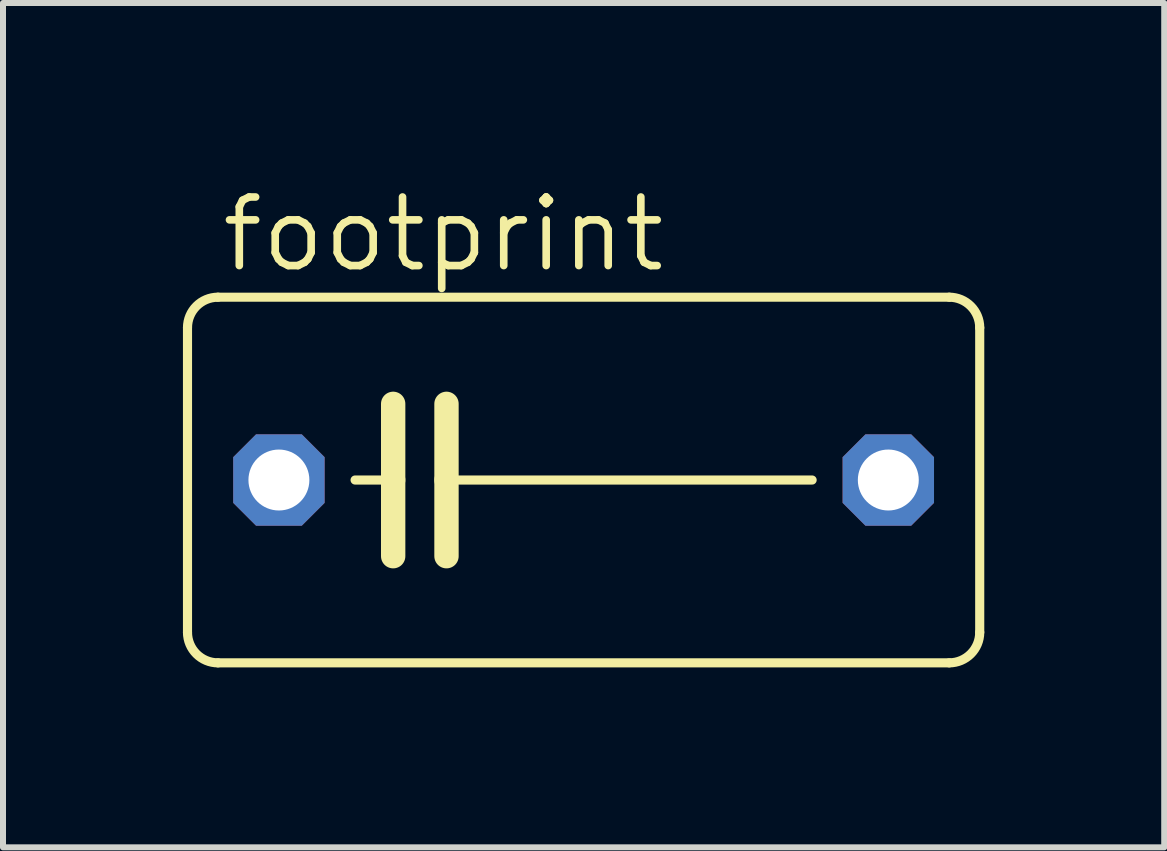
<source format=kicad_pcb>
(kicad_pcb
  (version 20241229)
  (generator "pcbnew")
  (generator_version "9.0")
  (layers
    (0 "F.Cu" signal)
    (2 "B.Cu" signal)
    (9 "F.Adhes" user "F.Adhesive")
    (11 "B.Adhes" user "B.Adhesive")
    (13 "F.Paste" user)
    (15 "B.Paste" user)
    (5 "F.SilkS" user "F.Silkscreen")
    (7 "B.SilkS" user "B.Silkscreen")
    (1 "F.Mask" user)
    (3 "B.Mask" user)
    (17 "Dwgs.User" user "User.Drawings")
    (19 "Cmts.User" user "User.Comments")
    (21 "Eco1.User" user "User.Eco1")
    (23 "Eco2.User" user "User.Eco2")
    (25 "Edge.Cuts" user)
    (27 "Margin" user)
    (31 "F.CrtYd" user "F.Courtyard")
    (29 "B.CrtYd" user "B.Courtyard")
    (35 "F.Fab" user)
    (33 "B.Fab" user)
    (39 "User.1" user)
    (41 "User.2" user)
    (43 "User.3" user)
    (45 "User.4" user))
  (footprint "footprint"
    (layer "F.Cu")
    (at 6.68 4.953)
    (property "Reference" "footprint" (at -6.096 -3.429 0) (layer "F.SilkS") (effects (font (size 1.143 1.143) (thickness 0.127)) (justify left bottom)))
    (fp_line (start -6.604 2.54) (end -6.604 -2.54) (stroke (width 0.152) (type solid)) (layer "F.SilkS"))
    (fp_line (start -6.096 -3.048) (end 6.096 -3.048) (stroke (width 0.152) (type solid)) (layer "F.SilkS"))
    (fp_line (start -3.81 0) (end -3.175 0) (stroke (width 0.152) (type solid)) (layer "F.SilkS"))
    (fp_line (start -3.175 -1.27) (end -3.175 0) (stroke (width 0.406) (type solid)) (layer "F.SilkS"))
    (fp_line (start -3.175 0) (end -3.175 1.27) (stroke (width 0.406) (type solid)) (layer "F.SilkS"))
    (fp_line (start -2.286 -1.27) (end -2.286 0) (stroke (width 0.406) (type solid)) (layer "F.SilkS"))
    (fp_line (start -2.286 0) (end -2.286 1.27) (stroke (width 0.406) (type solid)) (layer "F.SilkS"))
    (fp_line (start 3.81 0) (end -2.286 0) (stroke (width 0.152) (type solid)) (layer "F.SilkS"))
    (fp_line (start 6.096 3.048) (end -6.096 3.048) (stroke (width 0.152) (type solid)) (layer "F.SilkS"))
    (fp_line (start 6.604 -2.54) (end 6.604 2.54) (stroke (width 0.152) (type solid)) (layer "F.SilkS"))
    (fp_arc (start -6.604 -2.54) (mid -6.45521 -2.89921) (end -6.096 -3.048) (stroke (width 0.1524) (type solid)) (layer "F.SilkS"))
    (fp_arc (start -6.096 3.048) (mid -6.45521 2.89921) (end -6.604 2.54) (stroke (width 0.1524) (type solid)) (layer "F.SilkS"))
    (fp_arc (start 6.096 -3.048) (mid 6.45521 -2.89921) (end 6.604 -2.54) (stroke (width 0.1524) (type solid)) (layer "F.SilkS"))
    (fp_arc (start 6.604 2.54) (mid 6.45521 2.89921) (end 6.096 3.048) (stroke (width 0.1524) (type solid)) (layer "F.SilkS"))
    (pad "1" thru_hole roundrect (at -5.08 0) (size 1.524 1.524) (drill 1.016) (layers "*.Cu" "*.Mask") (roundrect_rratio 0.25) (chamfer_ratio 0.25) (chamfer top_left top_right bottom_left bottom_right))
    (pad "2" thru_hole roundrect (at 5.08 0) (size 1.524 1.524) (drill 1.016) (layers "*.Cu" "*.Mask") (roundrect_rratio 0.25) (chamfer_ratio 0.25) (chamfer top_left top_right bottom_left bottom_right)))
  (gr_rect
    (start -3 -3)
    (end 16.36 11.077)
    (stroke (width 0.1) (type default))
    (fill no)
    (layer "Edge.Cuts")))
</source>
